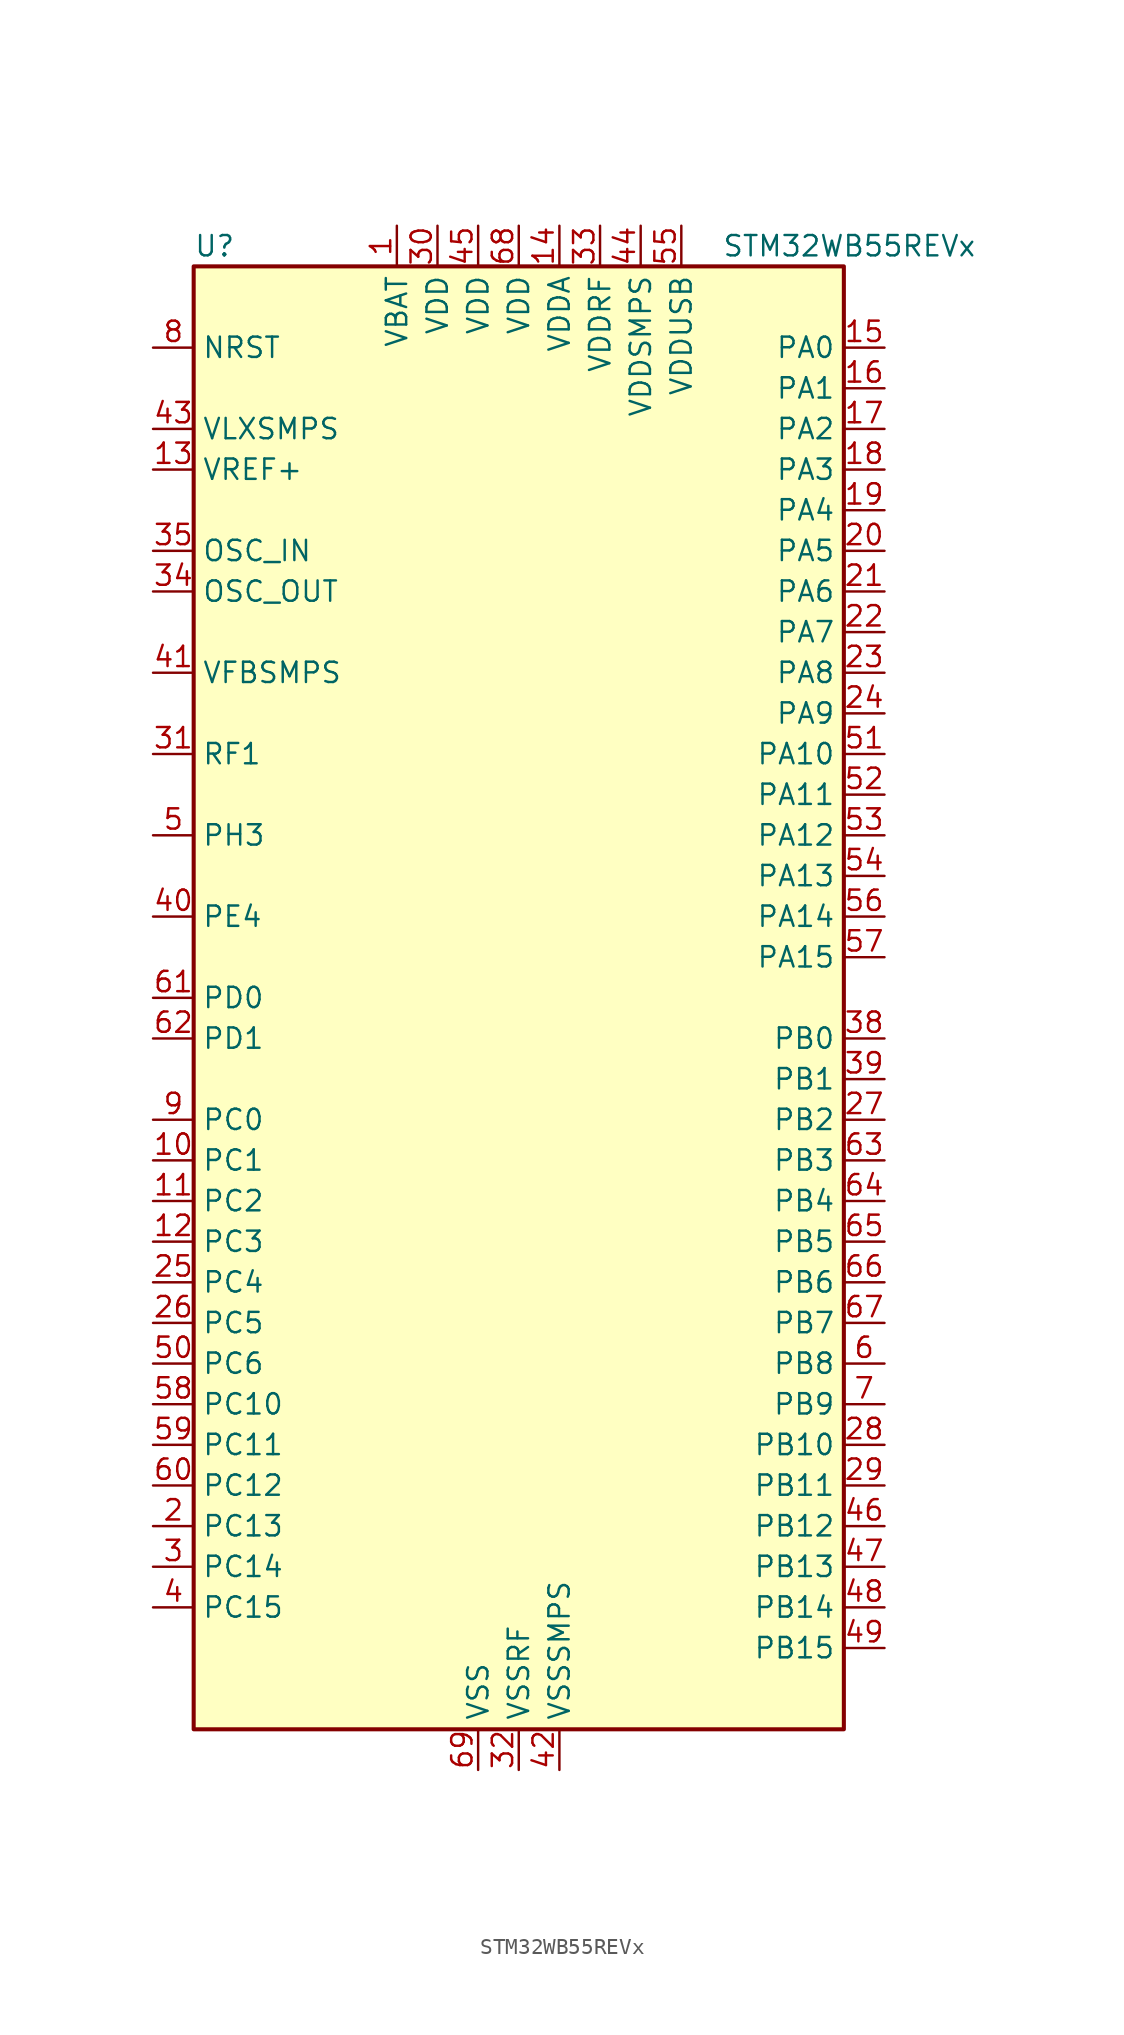
<source format=kicad_sym>
(kicad_symbol_lib
  (version 20241209)
  (generator "kicad_symbol_editor")
  (generator_version "9.0")
  (symbol "STM32WB55REVx"
    (property "Reference" "U"
      (at -20.32 46.99 0)
      (effects (font (size 1.27 1.27)) (justify left)))
    (property "Value" "STM32WB55REVx"
      (at 12.7 46.99 0)
      (effects (font (size 1.27 1.27)) (justify left)))
    (symbol "STM32WB55REVx_0_1"
      (rectangle (start -20.32 -45.72) (end 20.32 45.72) (stroke (width 0.254) (type default)) (fill (type background))))
    (symbol "STM32WB55REVx_1_1"
      (pin input line (at -22.86 40.64 0) (length 2.54) (name "NRST" (effects (font (size 1.27 1.27)))) (number "8" (effects (font (size 1.27 1.27)))))
      (pin power_in line (at -22.86 35.56 0) (length 2.54) (name "VLXSMPS" (effects (font (size 1.27 1.27)))) (number "43" (effects (font (size 1.27 1.27)))))
      (pin input line (at -22.86 33.02 0) (length 2.54) (name "VREF+" (effects (font (size 1.27 1.27)))) (number "13" (effects (font (size 1.27 1.27)))) (alternate "VREFBUF_OUT" bidirectional line))
      (pin input line (at -22.86 27.94 0) (length 2.54) (name "OSC_IN" (effects (font (size 1.27 1.27)))) (number "35" (effects (font (size 1.27 1.27)))) (alternate "RCC_OSC_IN" bidirectional line))
      (pin input line (at -22.86 25.4 0) (length 2.54) (name "OSC_OUT" (effects (font (size 1.27 1.27)))) (number "34" (effects (font (size 1.27 1.27)))) (alternate "RCC_OSC_OUT" bidirectional line))
      (pin input line (at -22.86 20.32 0) (length 2.54) (name "VFBSMPS" (effects (font (size 1.27 1.27)))) (number "41" (effects (font (size 1.27 1.27)))))
      (pin bidirectional line (at -22.86 15.24 0) (length 2.54) (name "RF1" (effects (font (size 1.27 1.27)))) (number "31" (effects (font (size 1.27 1.27)))) (alternate "RF_RF1" bidirectional line))
      (pin bidirectional line (at -22.86 10.16 0) (length 2.54) (name "PH3" (effects (font (size 1.27 1.27)))) (number "5" (effects (font (size 1.27 1.27)))) (alternate "RCC_LSCO" bidirectional line))
      (pin bidirectional line (at -22.86 5.08 0) (length 2.54) (name "PE4" (effects (font (size 1.27 1.27)))) (number "40" (effects (font (size 1.27 1.27)))))
      (pin bidirectional line (at -22.86 0 0) (length 2.54) (name "PD0" (effects (font (size 1.27 1.27)))) (number "61" (effects (font (size 1.27 1.27)))) (alternate "SPI2_NSS" bidirectional line))
      (pin bidirectional line (at -22.86 -2.54 0) (length 2.54) (name "PD1" (effects (font (size 1.27 1.27)))) (number "62" (effects (font (size 1.27 1.27)))) (alternate "SPI2_SCK" bidirectional line))
      (pin bidirectional line (at -22.86 -7.62 0) (length 2.54) (name "PC0" (effects (font (size 1.27 1.27)))) (number "9" (effects (font (size 1.27 1.27)))) (alternate "ADC1_IN1" bidirectional line) (alternate "I2C3_SCL" bidirectional line) (alternate "LCD_SEG18" bidirectional line) (alternate "LPTIM1_IN1" bidirectional line) (alternate "LPTIM2_IN1" bidirectional line) (alternate "LPUART1_RX" bidirectional line))
      (pin bidirectional line (at -22.86 -10.16 0) (length 2.54) (name "PC1" (effects (font (size 1.27 1.27)))) (number "10" (effects (font (size 1.27 1.27)))) (alternate "ADC1_IN2" bidirectional line) (alternate "I2C3_SDA" bidirectional line) (alternate "LCD_SEG19" bidirectional line) (alternate "LPTIM1_OUT" bidirectional line) (alternate "LPUART1_TX" bidirectional line) (alternate "SPI2_MOSI" bidirectional line))
      (pin bidirectional line (at -22.86 -12.7 0) (length 2.54) (name "PC2" (effects (font (size 1.27 1.27)))) (number "11" (effects (font (size 1.27 1.27)))) (alternate "ADC1_IN3" bidirectional line) (alternate "LCD_SEG20" bidirectional line) (alternate "LPTIM1_IN2" bidirectional line) (alternate "SPI2_MISO" bidirectional line))
      (pin bidirectional line (at -22.86 -15.24 0) (length 2.54) (name "PC3" (effects (font (size 1.27 1.27)))) (number "12" (effects (font (size 1.27 1.27)))) (alternate "ADC1_IN4" bidirectional line) (alternate "LCD_VLCD" bidirectional line) (alternate "LPTIM1_ETR" bidirectional line) (alternate "LPTIM2_ETR" bidirectional line) (alternate "SAI1_D1" bidirectional line) (alternate "SAI1_SD_A" bidirectional line) (alternate "SPI2_MOSI" bidirectional line))
      (pin bidirectional line (at -22.86 -17.78 0) (length 2.54) (name "PC4" (effects (font (size 1.27 1.27)))) (number "25" (effects (font (size 1.27 1.27)))) (alternate "ADC1_IN13" bidirectional line) (alternate "COMP1_INM" bidirectional line) (alternate "LCD_SEG22" bidirectional line))
      (pin bidirectional line (at -22.86 -20.32 0) (length 2.54) (name "PC5" (effects (font (size 1.27 1.27)))) (number "26" (effects (font (size 1.27 1.27)))) (alternate "ADC1_IN14" bidirectional line) (alternate "COMP1_INP" bidirectional line) (alternate "LCD_SEG23" bidirectional line) (alternate "SAI1_D3" bidirectional line) (alternate "SYS_WKUP5" bidirectional line))
      (pin bidirectional line (at -22.86 -22.86 0) (length 2.54) (name "PC6" (effects (font (size 1.27 1.27)))) (number "50" (effects (font (size 1.27 1.27)))) (alternate "LCD_SEG24" bidirectional line))
      (pin bidirectional line (at -22.86 -25.4 0) (length 2.54) (name "PC10" (effects (font (size 1.27 1.27)))) (number "58" (effects (font (size 1.27 1.27)))) (alternate "LCD_COM4" bidirectional line) (alternate "LCD_SEG28" bidirectional line) (alternate "LCD_SEG40" bidirectional line) (alternate "SYS_TRACED1" bidirectional line) (alternate "TSC_G3_IO2" bidirectional line))
      (pin bidirectional line (at -22.86 -27.94 0) (length 2.54) (name "PC11" (effects (font (size 1.27 1.27)))) (number "59" (effects (font (size 1.27 1.27)))) (alternate "ADC1_EXTI11" bidirectional line) (alternate "LCD_COM5" bidirectional line) (alternate "LCD_SEG29" bidirectional line) (alternate "LCD_SEG41" bidirectional line) (alternate "TSC_G3_IO3" bidirectional line))
      (pin bidirectional line (at -22.86 -30.48 0) (length 2.54) (name "PC12" (effects (font (size 1.27 1.27)))) (number "60" (effects (font (size 1.27 1.27)))) (alternate "LCD_COM6" bidirectional line) (alternate "LCD_SEG30" bidirectional line) (alternate "LCD_SEG42" bidirectional line) (alternate "RCC_LSCO" bidirectional line) (alternate "RTC_TAMP3" bidirectional line) (alternate "SYS_TRACED3" bidirectional line) (alternate "SYS_WKUP3" bidirectional line) (alternate "TSC_G3_IO4" bidirectional line))
      (pin bidirectional line (at -22.86 -33.02 0) (length 2.54) (name "PC13" (effects (font (size 1.27 1.27)))) (number "2" (effects (font (size 1.27 1.27)))) (alternate "RTC_OUT1" bidirectional line) (alternate "RTC_TAMP1" bidirectional line) (alternate "RTC_TS" bidirectional line) (alternate "SYS_WKUP2" bidirectional line))
      (pin bidirectional line (at -22.86 -35.56 0) (length 2.54) (name "PC14" (effects (font (size 1.27 1.27)))) (number "3" (effects (font (size 1.27 1.27)))) (alternate "RCC_OSC32_IN" bidirectional line))
      (pin bidirectional line (at -22.86 -38.1 0) (length 2.54) (name "PC15" (effects (font (size 1.27 1.27)))) (number "4" (effects (font (size 1.27 1.27)))) (alternate "ADC1_EXTI15" bidirectional line) (alternate "RCC_OSC32_OUT" bidirectional line))
      (pin no_connect line (at -20.32 -43.18 0) (length 2.54) (hide yes) (name "AT1" (effects (font (size 1.27 1.27)))) (number "37" (effects (font (size 1.27 1.27)))))
      (pin no_connect line (at -20.32 -45.72 0) (length 2.54) (hide yes) (name "AT0" (effects (font (size 1.27 1.27)))) (number "36" (effects (font (size 1.27 1.27)))))
      (pin power_in line (at -7.62 48.26 270) (length 2.54) (name "VBAT" (effects (font (size 1.27 1.27)))) (number "1" (effects (font (size 1.27 1.27)))))
      (pin power_in line (at -5.08 48.26 270) (length 2.54) (name "VDD" (effects (font (size 1.27 1.27)))) (number "30" (effects (font (size 1.27 1.27)))))
      (pin power_in line (at -2.54 48.26 270) (length 2.54) (name "VDD" (effects (font (size 1.27 1.27)))) (number "45" (effects (font (size 1.27 1.27)))))
      (pin power_in line (at -2.54 -48.26 90) (length 2.54) (name "VSS" (effects (font (size 1.27 1.27)))) (number "69" (effects (font (size 1.27 1.27)))))
      (pin power_in line (at 0 48.26 270) (length 2.54) (name "VDD" (effects (font (size 1.27 1.27)))) (number "68" (effects (font (size 1.27 1.27)))))
      (pin power_in line (at 0 -48.26 90) (length 2.54) (name "VSSRF" (effects (font (size 1.27 1.27)))) (number "32" (effects (font (size 1.27 1.27)))))
      (pin power_in line (at 2.54 48.26 270) (length 2.54) (name "VDDA" (effects (font (size 1.27 1.27)))) (number "14" (effects (font (size 1.27 1.27)))))
      (pin power_in line (at 2.54 -48.26 90) (length 2.54) (name "VSSSMPS" (effects (font (size 1.27 1.27)))) (number "42" (effects (font (size 1.27 1.27)))))
      (pin power_in line (at 5.08 48.26 270) (length 2.54) (name "VDDRF" (effects (font (size 1.27 1.27)))) (number "33" (effects (font (size 1.27 1.27)))))
      (pin power_in line (at 7.62 48.26 270) (length 2.54) (name "VDDSMPS" (effects (font (size 1.27 1.27)))) (number "44" (effects (font (size 1.27 1.27)))))
      (pin power_in line (at 10.16 48.26 270) (length 2.54) (name "VDDUSB" (effects (font (size 1.27 1.27)))) (number "55" (effects (font (size 1.27 1.27)))))
      (pin bidirectional line (at 22.86 40.64 180) (length 2.54) (name "PA0" (effects (font (size 1.27 1.27)))) (number "15" (effects (font (size 1.27 1.27)))) (alternate "ADC1_IN5" bidirectional line) (alternate "COMP1_INM" bidirectional line) (alternate "COMP1_OUT" bidirectional line) (alternate "RTC_TAMP2" bidirectional line) (alternate "SAI1_EXTCLK" bidirectional line) (alternate "SYS_WKUP1" bidirectional line) (alternate "TIM2_CH1" bidirectional line) (alternate "TIM2_ETR" bidirectional line))
      (pin bidirectional line (at 22.86 38.1 180) (length 2.54) (name "PA1" (effects (font (size 1.27 1.27)))) (number "16" (effects (font (size 1.27 1.27)))) (alternate "ADC1_IN6" bidirectional line) (alternate "COMP1_INP" bidirectional line) (alternate "I2C1_SMBA" bidirectional line) (alternate "LCD_SEG0" bidirectional line) (alternate "SPI1_SCK" bidirectional line) (alternate "TIM2_CH2" bidirectional line))
      (pin bidirectional line (at 22.86 35.56 180) (length 2.54) (name "PA2" (effects (font (size 1.27 1.27)))) (number "17" (effects (font (size 1.27 1.27)))) (alternate "ADC1_IN7" bidirectional line) (alternate "COMP2_INM" bidirectional line) (alternate "COMP2_OUT" bidirectional line) (alternate "LCD_SEG1" bidirectional line) (alternate "LPUART1_TX" bidirectional line) (alternate "QUADSPI_BK1_NCS" bidirectional line) (alternate "RCC_LSCO" bidirectional line) (alternate "SYS_WKUP4" bidirectional line) (alternate "TIM2_CH3" bidirectional line))
      (pin bidirectional line (at 22.86 33.02 180) (length 2.54) (name "PA3" (effects (font (size 1.27 1.27)))) (number "18" (effects (font (size 1.27 1.27)))) (alternate "ADC1_IN8" bidirectional line) (alternate "COMP2_INP" bidirectional line) (alternate "LCD_SEG2" bidirectional line) (alternate "LPUART1_RX" bidirectional line) (alternate "QUADSPI_CLK" bidirectional line) (alternate "SAI1_CK1" bidirectional line) (alternate "SAI1_MCLK_A" bidirectional line) (alternate "TIM2_CH4" bidirectional line))
      (pin bidirectional line (at 22.86 30.48 180) (length 2.54) (name "PA4" (effects (font (size 1.27 1.27)))) (number "19" (effects (font (size 1.27 1.27)))) (alternate "ADC1_IN9" bidirectional line) (alternate "COMP1_INM" bidirectional line) (alternate "COMP2_INM" bidirectional line) (alternate "LCD_SEG5" bidirectional line) (alternate "LPTIM2_OUT" bidirectional line) (alternate "SAI1_FS_B" bidirectional line) (alternate "SPI1_NSS" bidirectional line))
      (pin bidirectional line (at 22.86 27.94 180) (length 2.54) (name "PA5" (effects (font (size 1.27 1.27)))) (number "20" (effects (font (size 1.27 1.27)))) (alternate "ADC1_IN10" bidirectional line) (alternate "COMP1_INM" bidirectional line) (alternate "COMP2_INM" bidirectional line) (alternate "LPTIM2_ETR" bidirectional line) (alternate "SAI1_SD_B" bidirectional line) (alternate "SPI1_SCK" bidirectional line) (alternate "TIM2_CH1" bidirectional line) (alternate "TIM2_ETR" bidirectional line))
      (pin bidirectional line (at 22.86 25.4 180) (length 2.54) (name "PA6" (effects (font (size 1.27 1.27)))) (number "21" (effects (font (size 1.27 1.27)))) (alternate "ADC1_IN11" bidirectional line) (alternate "LCD_SEG3" bidirectional line) (alternate "LPUART1_CTS" bidirectional line) (alternate "QUADSPI_BK1_IO3" bidirectional line) (alternate "SPI1_MISO" bidirectional line) (alternate "TIM16_CH1" bidirectional line) (alternate "TIM1_BKIN" bidirectional line))
      (pin bidirectional line (at 22.86 22.86 180) (length 2.54) (name "PA7" (effects (font (size 1.27 1.27)))) (number "22" (effects (font (size 1.27 1.27)))) (alternate "ADC1_IN12" bidirectional line) (alternate "COMP2_OUT" bidirectional line) (alternate "I2C3_SCL" bidirectional line) (alternate "LCD_SEG4" bidirectional line) (alternate "QUADSPI_BK1_IO2" bidirectional line) (alternate "SPI1_MOSI" bidirectional line) (alternate "TIM17_CH1" bidirectional line) (alternate "TIM1_CH1N" bidirectional line))
      (pin bidirectional line (at 22.86 20.32 180) (length 2.54) (name "PA8" (effects (font (size 1.27 1.27)))) (number "23" (effects (font (size 1.27 1.27)))) (alternate "ADC1_IN15" bidirectional line) (alternate "LCD_COM0" bidirectional line) (alternate "LPTIM2_OUT" bidirectional line) (alternate "RCC_MCO" bidirectional line) (alternate "SAI1_CK2" bidirectional line) (alternate "SAI1_SCK_A" bidirectional line) (alternate "TIM1_CH1" bidirectional line) (alternate "USART1_CK" bidirectional line))
      (pin bidirectional line (at 22.86 17.78 180) (length 2.54) (name "PA9" (effects (font (size 1.27 1.27)))) (number "24" (effects (font (size 1.27 1.27)))) (alternate "ADC1_IN16" bidirectional line) (alternate "COMP1_INM" bidirectional line) (alternate "I2C1_SCL" bidirectional line) (alternate "LCD_COM1" bidirectional line) (alternate "SAI1_D2" bidirectional line) (alternate "SAI1_FS_A" bidirectional line) (alternate "SPI2_SCK" bidirectional line) (alternate "TIM1_CH2" bidirectional line) (alternate "USART1_TX" bidirectional line))
      (pin bidirectional line (at 22.86 15.24 180) (length 2.54) (name "PA10" (effects (font (size 1.27 1.27)))) (number "51" (effects (font (size 1.27 1.27)))) (alternate "CRS_SYNC" bidirectional line) (alternate "I2C1_SDA" bidirectional line) (alternate "LCD_COM2" bidirectional line) (alternate "SAI1_D1" bidirectional line) (alternate "SAI1_SD_A" bidirectional line) (alternate "TIM17_BKIN" bidirectional line) (alternate "TIM1_CH3" bidirectional line) (alternate "USART1_RX" bidirectional line))
      (pin bidirectional line (at 22.86 12.7 180) (length 2.54) (name "PA11" (effects (font (size 1.27 1.27)))) (number "52" (effects (font (size 1.27 1.27)))) (alternate "ADC1_EXTI11" bidirectional line) (alternate "SPI1_MISO" bidirectional line) (alternate "TIM1_BKIN2" bidirectional line) (alternate "TIM1_CH4" bidirectional line) (alternate "USART1_CTS" bidirectional line) (alternate "USART1_NSS" bidirectional line) (alternate "USB_DM" bidirectional line))
      (pin bidirectional line (at 22.86 10.16 180) (length 2.54) (name "PA12" (effects (font (size 1.27 1.27)))) (number "53" (effects (font (size 1.27 1.27)))) (alternate "LPUART1_RX" bidirectional line) (alternate "SPI1_MOSI" bidirectional line) (alternate "TIM1_ETR" bidirectional line) (alternate "USART1_DE" bidirectional line) (alternate "USART1_RTS" bidirectional line) (alternate "USB_DP" bidirectional line))
      (pin bidirectional line (at 22.86 7.62 180) (length 2.54) (name "PA13" (effects (font (size 1.27 1.27)))) (number "54" (effects (font (size 1.27 1.27)))) (alternate "IR_OUT" bidirectional line) (alternate "SAI1_SD_B" bidirectional line) (alternate "SYS_JTMS-SWDIO" bidirectional line) (alternate "USB_NOE" bidirectional line))
      (pin bidirectional line (at 22.86 5.08 180) (length 2.54) (name "PA14" (effects (font (size 1.27 1.27)))) (number "56" (effects (font (size 1.27 1.27)))) (alternate "I2C1_SMBA" bidirectional line) (alternate "LCD_SEG5" bidirectional line) (alternate "LPTIM1_OUT" bidirectional line) (alternate "SAI1_FS_B" bidirectional line) (alternate "SYS_JTCK-SWCLK" bidirectional line))
      (pin bidirectional line (at 22.86 2.54 180) (length 2.54) (name "PA15" (effects (font (size 1.27 1.27)))) (number "57" (effects (font (size 1.27 1.27)))) (alternate "ADC1_EXTI15" bidirectional line) (alternate "LCD_SEG17" bidirectional line) (alternate "RCC_MCO" bidirectional line) (alternate "SPI1_NSS" bidirectional line) (alternate "SYS_JTDI" bidirectional line) (alternate "TIM2_CH1" bidirectional line) (alternate "TIM2_ETR" bidirectional line) (alternate "TSC_G3_IO1" bidirectional line))
      (pin bidirectional line (at 22.86 -2.54 180) (length 2.54) (name "PB0" (effects (font (size 1.27 1.27)))) (number "38" (effects (font (size 1.27 1.27)))) (alternate "COMP1_OUT" bidirectional line) (alternate "RF_TX_MOD_EXT_PA" bidirectional line))
      (pin bidirectional line (at 22.86 -5.08 180) (length 2.54) (name "PB1" (effects (font (size 1.27 1.27)))) (number "39" (effects (font (size 1.27 1.27)))) (alternate "LPTIM2_IN1" bidirectional line) (alternate "LPUART1_DE" bidirectional line) (alternate "LPUART1_RTS" bidirectional line))
      (pin bidirectional line (at 22.86 -7.62 180) (length 2.54) (name "PB2" (effects (font (size 1.27 1.27)))) (number "27" (effects (font (size 1.27 1.27)))) (alternate "COMP1_INP" bidirectional line) (alternate "I2C3_SMBA" bidirectional line) (alternate "LCD_VLCD" bidirectional line) (alternate "LPTIM1_OUT" bidirectional line) (alternate "RTC_OUT2" bidirectional line) (alternate "SAI1_EXTCLK" bidirectional line) (alternate "SPI1_NSS" bidirectional line))
      (pin bidirectional line (at 22.86 -10.16 180) (length 2.54) (name "PB3" (effects (font (size 1.27 1.27)))) (number "63" (effects (font (size 1.27 1.27)))) (alternate "COMP2_INM" bidirectional line) (alternate "LCD_SEG7" bidirectional line) (alternate "SAI1_SCK_B" bidirectional line) (alternate "SPI1_SCK" bidirectional line) (alternate "SYS_JTDO-SWO" bidirectional line) (alternate "TIM2_CH2" bidirectional line) (alternate "USART1_DE" bidirectional line) (alternate "USART1_RTS" bidirectional line))
      (pin bidirectional line (at 22.86 -12.7 180) (length 2.54) (name "PB4" (effects (font (size 1.27 1.27)))) (number "64" (effects (font (size 1.27 1.27)))) (alternate "COMP2_INP" bidirectional line) (alternate "I2C3_SDA" bidirectional line) (alternate "LCD_SEG8" bidirectional line) (alternate "SAI1_MCLK_B" bidirectional line) (alternate "SPI1_MISO" bidirectional line) (alternate "SYS_JTRST" bidirectional line) (alternate "TIM17_BKIN" bidirectional line) (alternate "TSC_G2_IO1" bidirectional line) (alternate "USART1_CTS" bidirectional line) (alternate "USART1_NSS" bidirectional line))
      (pin bidirectional line (at 22.86 -15.24 180) (length 2.54) (name "PB5" (effects (font (size 1.27 1.27)))) (number "65" (effects (font (size 1.27 1.27)))) (alternate "COMP2_OUT" bidirectional line) (alternate "I2C1_SMBA" bidirectional line) (alternate "LCD_SEG9" bidirectional line) (alternate "LPTIM1_IN1" bidirectional line) (alternate "LPUART1_TX" bidirectional line) (alternate "SAI1_SD_B" bidirectional line) (alternate "SPI1_MOSI" bidirectional line) (alternate "TIM16_BKIN" bidirectional line) (alternate "TSC_G2_IO2" bidirectional line) (alternate "USART1_CK" bidirectional line))
      (pin bidirectional line (at 22.86 -17.78 180) (length 2.54) (name "PB6" (effects (font (size 1.27 1.27)))) (number "66" (effects (font (size 1.27 1.27)))) (alternate "COMP2_INP" bidirectional line) (alternate "I2C1_SCL" bidirectional line) (alternate "LCD_SEG6" bidirectional line) (alternate "LPTIM1_ETR" bidirectional line) (alternate "RCC_MCO" bidirectional line) (alternate "SAI1_FS_B" bidirectional line) (alternate "TIM16_CH1N" bidirectional line) (alternate "TSC_G2_IO3" bidirectional line) (alternate "USART1_TX" bidirectional line))
      (pin bidirectional line (at 22.86 -20.32 180) (length 2.54) (name "PB7" (effects (font (size 1.27 1.27)))) (number "67" (effects (font (size 1.27 1.27)))) (alternate "COMP2_INM" bidirectional line) (alternate "I2C1_SDA" bidirectional line) (alternate "LCD_SEG21" bidirectional line) (alternate "LPTIM1_IN2" bidirectional line) (alternate "SYS_PVD_IN" bidirectional line) (alternate "TIM17_CH1N" bidirectional line) (alternate "TIM1_BKIN" bidirectional line) (alternate "TSC_G2_IO4" bidirectional line) (alternate "USART1_RX" bidirectional line))
      (pin bidirectional line (at 22.86 -22.86 180) (length 2.54) (name "PB8" (effects (font (size 1.27 1.27)))) (number "6" (effects (font (size 1.27 1.27)))) (alternate "I2C1_SCL" bidirectional line) (alternate "LCD_SEG16" bidirectional line) (alternate "QUADSPI_BK1_IO1" bidirectional line) (alternate "SAI1_CK1" bidirectional line) (alternate "SAI1_MCLK_A" bidirectional line) (alternate "TIM16_CH1" bidirectional line) (alternate "TIM1_CH2N" bidirectional line))
      (pin bidirectional line (at 22.86 -25.4 180) (length 2.54) (name "PB9" (effects (font (size 1.27 1.27)))) (number "7" (effects (font (size 1.27 1.27)))) (alternate "I2C1_SDA" bidirectional line) (alternate "IR_OUT" bidirectional line) (alternate "LCD_COM3" bidirectional line) (alternate "QUADSPI_BK1_IO0" bidirectional line) (alternate "SAI1_D2" bidirectional line) (alternate "SAI1_FS_A" bidirectional line) (alternate "SPI2_NSS" bidirectional line) (alternate "TIM17_CH1" bidirectional line) (alternate "TIM1_CH3N" bidirectional line))
      (pin bidirectional line (at 22.86 -27.94 180) (length 2.54) (name "PB10" (effects (font (size 1.27 1.27)))) (number "28" (effects (font (size 1.27 1.27)))) (alternate "COMP1_OUT" bidirectional line) (alternate "I2C3_SCL" bidirectional line) (alternate "LCD_SEG10" bidirectional line) (alternate "LPUART1_RX" bidirectional line) (alternate "QUADSPI_CLK" bidirectional line) (alternate "SAI1_SCK_A" bidirectional line) (alternate "SPI2_SCK" bidirectional line) (alternate "TIM2_CH3" bidirectional line) (alternate "TSC_SYNC" bidirectional line))
      (pin bidirectional line (at 22.86 -30.48 180) (length 2.54) (name "PB11" (effects (font (size 1.27 1.27)))) (number "29" (effects (font (size 1.27 1.27)))) (alternate "ADC1_EXTI11" bidirectional line) (alternate "COMP2_OUT" bidirectional line) (alternate "I2C3_SDA" bidirectional line) (alternate "LCD_SEG11" bidirectional line) (alternate "LPUART1_TX" bidirectional line) (alternate "QUADSPI_BK1_NCS" bidirectional line) (alternate "TIM2_CH4" bidirectional line))
      (pin bidirectional line (at 22.86 -33.02 180) (length 2.54) (name "PB12" (effects (font (size 1.27 1.27)))) (number "46" (effects (font (size 1.27 1.27)))) (alternate "I2C3_SMBA" bidirectional line) (alternate "LCD_SEG12" bidirectional line) (alternate "LPUART1_DE" bidirectional line) (alternate "LPUART1_RTS" bidirectional line) (alternate "SAI1_FS_A" bidirectional line) (alternate "SPI2_NSS" bidirectional line) (alternate "TIM1_BKIN" bidirectional line) (alternate "TSC_G1_IO1" bidirectional line))
      (pin bidirectional line (at 22.86 -35.56 180) (length 2.54) (name "PB13" (effects (font (size 1.27 1.27)))) (number "47" (effects (font (size 1.27 1.27)))) (alternate "I2C3_SCL" bidirectional line) (alternate "LCD_SEG13" bidirectional line) (alternate "LPUART1_CTS" bidirectional line) (alternate "SAI1_SCK_A" bidirectional line) (alternate "SPI2_SCK" bidirectional line) (alternate "TIM1_CH1N" bidirectional line) (alternate "TSC_G1_IO2" bidirectional line))
      (pin bidirectional line (at 22.86 -38.1 180) (length 2.54) (name "PB14" (effects (font (size 1.27 1.27)))) (number "48" (effects (font (size 1.27 1.27)))) (alternate "I2C3_SDA" bidirectional line) (alternate "LCD_SEG14" bidirectional line) (alternate "SAI1_MCLK_A" bidirectional line) (alternate "SPI2_MISO" bidirectional line) (alternate "TIM1_CH2N" bidirectional line) (alternate "TSC_G1_IO3" bidirectional line))
      (pin bidirectional line (at 22.86 -40.64 180) (length 2.54) (name "PB15" (effects (font (size 1.27 1.27)))) (number "49" (effects (font (size 1.27 1.27)))) (alternate "ADC1_EXTI15" bidirectional line) (alternate "LCD_SEG15" bidirectional line) (alternate "RTC_REFIN" bidirectional line) (alternate "SAI1_SD_A" bidirectional line) (alternate "SPI2_MOSI" bidirectional line) (alternate "TIM1_CH3N" bidirectional line) (alternate "TSC_G1_IO4" bidirectional line)))))
</source>
